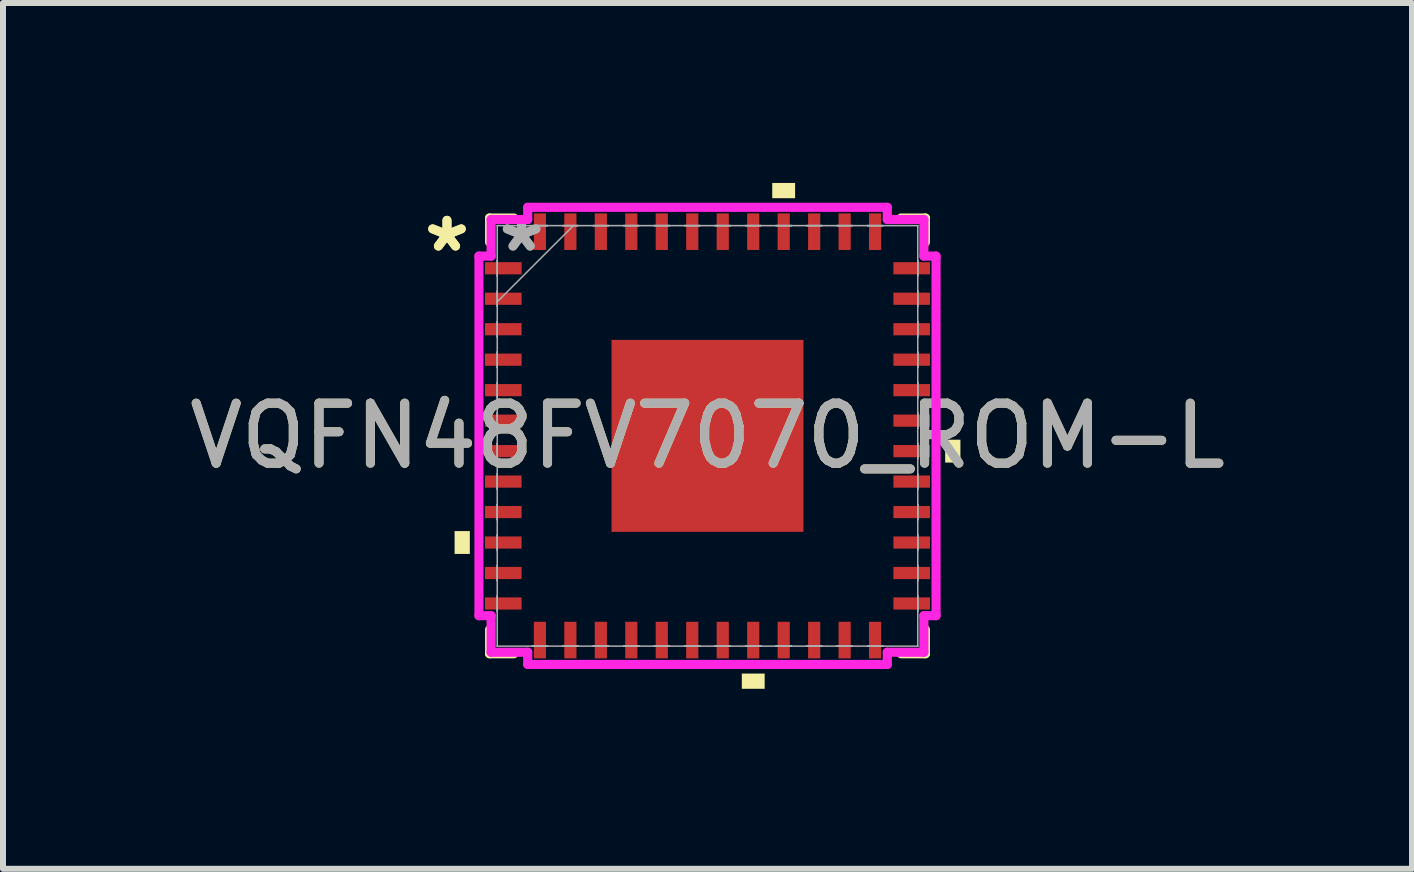
<source format=kicad_pcb>
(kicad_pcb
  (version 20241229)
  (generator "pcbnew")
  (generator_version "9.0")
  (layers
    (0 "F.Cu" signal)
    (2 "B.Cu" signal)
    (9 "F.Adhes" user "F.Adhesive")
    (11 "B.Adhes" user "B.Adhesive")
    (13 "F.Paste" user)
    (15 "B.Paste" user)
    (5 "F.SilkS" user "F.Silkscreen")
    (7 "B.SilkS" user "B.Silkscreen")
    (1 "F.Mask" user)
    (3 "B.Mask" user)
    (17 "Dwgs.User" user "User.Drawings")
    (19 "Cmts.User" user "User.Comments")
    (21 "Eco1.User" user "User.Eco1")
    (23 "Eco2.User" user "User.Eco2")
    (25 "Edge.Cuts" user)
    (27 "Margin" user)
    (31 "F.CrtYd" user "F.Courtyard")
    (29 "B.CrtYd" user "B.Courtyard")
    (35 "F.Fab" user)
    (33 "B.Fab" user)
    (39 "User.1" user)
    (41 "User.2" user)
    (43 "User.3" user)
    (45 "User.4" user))
  (footprint "VQFN48FV7070_ROM-L"
    (layer "F.Cu")
    (at 8.744 4.216)
    (property "Reference" "VQFN48FV7070_ROM-L" (at 0 0 0) (unlocked yes) (layer "F.SilkS") (effects (font (size 1 1) (thickness 0.15))))
    (attr smd)
    (fp_line (start -3.632 -3.632) (end -3.632 -3.228) (stroke (width 0.152) (type solid)) (layer "F.SilkS"))
    (fp_line (start -3.632 3.228) (end -3.632 3.632) (stroke (width 0.152) (type solid)) (layer "F.SilkS"))
    (fp_line (start -3.632 3.632) (end -3.228 3.632) (stroke (width 0.152) (type solid)) (layer "F.SilkS"))
    (fp_line (start -3.228 -3.632) (end -3.632 -3.632) (stroke (width 0.152) (type solid)) (layer "F.SilkS"))
    (fp_line (start 3.228 3.632) (end 3.632 3.632) (stroke (width 0.152) (type solid)) (layer "F.SilkS"))
    (fp_line (start 3.632 -3.632) (end 3.228 -3.632) (stroke (width 0.152) (type solid)) (layer "F.SilkS"))
    (fp_line (start 3.632 -3.228) (end 3.632 -3.632) (stroke (width 0.152) (type solid)) (layer "F.SilkS"))
    (fp_line (start 3.632 3.632) (end 3.632 3.228) (stroke (width 0.152) (type solid)) (layer "F.SilkS"))
    (fp_poly (pts (xy -4.216 1.587) (xy -4.216 1.968) (xy -3.962 1.968) (xy -3.962 1.587)) (stroke (width 0) (type solid)) (fill yes) (layer "F.SilkS"))
    (fp_poly (pts (xy 0.572 3.962) (xy 0.572 4.216) (xy 0.953 4.216) (xy 0.953 3.962)) (stroke (width 0) (type solid)) (fill yes) (layer "F.SilkS"))
    (fp_poly (pts (xy 1.079 -3.962) (xy 1.079 -4.216) (xy 1.46 -4.216) (xy 1.46 -3.962)) (stroke (width 0) (type solid)) (fill yes) (layer "F.SilkS"))
    (fp_poly (pts (xy 4.216 0.064) (xy 4.216 0.445) (xy 3.962 0.445) (xy 3.962 0.064)) (stroke (width 0) (type solid)) (fill yes) (layer "F.SilkS"))
    (fp_poly (pts (xy -1.5 -1.5) (xy -1.5 -0.1) (xy -0.1 -0.1) (xy -0.1 -1.5)) (stroke (width 0) (type solid)) (fill yes) (layer "F.Paste"))
    (fp_poly (pts (xy -1.5 0.1) (xy -1.5 1.5) (xy -0.1 1.5) (xy -0.1 0.1)) (stroke (width 0) (type solid)) (fill yes) (layer "F.Paste"))
    (fp_poly (pts (xy 0.1 -1.5) (xy 0.1 -0.1) (xy 1.5 -0.1) (xy 1.5 -1.5)) (stroke (width 0) (type solid)) (fill yes) (layer "F.Paste"))
    (fp_poly (pts (xy 0.1 0.1) (xy 0.1 1.5) (xy 1.5 1.5) (xy 1.5 0.1)) (stroke (width 0) (type solid)) (fill yes) (layer "F.Paste"))
    (fp_line (start -3.81 -2.997) (end -3.607 -2.997) (stroke (width 0.152) (type solid)) (layer "F.CrtYd"))
    (fp_line (start -3.81 2.997) (end -3.81 -2.997) (stroke (width 0.152) (type solid)) (layer "F.CrtYd"))
    (fp_line (start -3.607 -3.607) (end -2.997 -3.607) (stroke (width 0.152) (type solid)) (layer "F.CrtYd"))
    (fp_line (start -3.607 -2.997) (end -3.607 -3.607) (stroke (width 0.152) (type solid)) (layer "F.CrtYd"))
    (fp_line (start -3.607 2.997) (end -3.81 2.997) (stroke (width 0.152) (type solid)) (layer "F.CrtYd"))
    (fp_line (start -3.607 3.607) (end -3.607 2.997) (stroke (width 0.152) (type solid)) (layer "F.CrtYd"))
    (fp_line (start -2.997 -3.81) (end 2.997 -3.81) (stroke (width 0.152) (type solid)) (layer "F.CrtYd"))
    (fp_line (start -2.997 -3.607) (end -2.997 -3.81) (stroke (width 0.152) (type solid)) (layer "F.CrtYd"))
    (fp_line (start -2.997 3.607) (end -3.607 3.607) (stroke (width 0.152) (type solid)) (layer "F.CrtYd"))
    (fp_line (start -2.997 3.81) (end -2.997 3.607) (stroke (width 0.152) (type solid)) (layer "F.CrtYd"))
    (fp_line (start 2.997 -3.81) (end 2.997 -3.607) (stroke (width 0.152) (type solid)) (layer "F.CrtYd"))
    (fp_line (start 2.997 -3.607) (end 3.607 -3.607) (stroke (width 0.152) (type solid)) (layer "F.CrtYd"))
    (fp_line (start 2.997 3.607) (end 2.997 3.81) (stroke (width 0.152) (type solid)) (layer "F.CrtYd"))
    (fp_line (start 2.997 3.81) (end -2.997 3.81) (stroke (width 0.152) (type solid)) (layer "F.CrtYd"))
    (fp_line (start 3.607 -3.607) (end 3.607 -2.997) (stroke (width 0.152) (type solid)) (layer "F.CrtYd"))
    (fp_line (start 3.607 -2.997) (end 3.81 -2.997) (stroke (width 0.152) (type solid)) (layer "F.CrtYd"))
    (fp_line (start 3.607 2.997) (end 3.607 3.607) (stroke (width 0.152) (type solid)) (layer "F.CrtYd"))
    (fp_line (start 3.607 3.607) (end 2.997 3.607) (stroke (width 0.152) (type solid)) (layer "F.CrtYd"))
    (fp_line (start 3.81 -2.997) (end 3.81 2.997) (stroke (width 0.152) (type solid)) (layer "F.CrtYd"))
    (fp_line (start 3.81 2.997) (end 3.607 2.997) (stroke (width 0.152) (type solid)) (layer "F.CrtYd"))
    (fp_line (start -3.505 -3.505) (end -3.505 -3.505) (stroke (width 0.025) (type solid)) (layer "F.Fab"))
    (fp_line (start -3.505 -3.505) (end -3.505 3.505) (stroke (width 0.025) (type solid)) (layer "F.Fab"))
    (fp_line (start -3.505 -2.921) (end -3.505 -2.921) (stroke (width 0.025) (type solid)) (layer "F.Fab"))
    (fp_line (start -3.505 -2.921) (end -3.505 -2.667) (stroke (width 0.025) (type solid)) (layer "F.Fab"))
    (fp_line (start -3.505 -2.667) (end -3.505 -2.921) (stroke (width 0.025) (type solid)) (layer "F.Fab"))
    (fp_line (start -3.505 -2.667) (end -3.505 -2.667) (stroke (width 0.025) (type solid)) (layer "F.Fab"))
    (fp_line (start -3.505 -2.413) (end -3.505 -2.413) (stroke (width 0.025) (type solid)) (layer "F.Fab"))
    (fp_line (start -3.505 -2.413) (end -3.505 -2.159) (stroke (width 0.025) (type solid)) (layer "F.Fab"))
    (fp_line (start -3.505 -2.235) (end -2.235 -3.505) (stroke (width 0.025) (type solid)) (layer "F.Fab"))
    (fp_line (start -3.505 -2.159) (end -3.505 -2.413) (stroke (width 0.025) (type solid)) (layer "F.Fab"))
    (fp_line (start -3.505 -2.159) (end -3.505 -2.159) (stroke (width 0.025) (type solid)) (layer "F.Fab"))
    (fp_line (start -3.505 -1.905) (end -3.505 -1.905) (stroke (width 0.025) (type solid)) (layer "F.Fab"))
    (fp_line (start -3.505 -1.905) (end -3.505 -1.651) (stroke (width 0.025) (type solid)) (layer "F.Fab"))
    (fp_line (start -3.505 -1.651) (end -3.505 -1.905) (stroke (width 0.025) (type solid)) (layer "F.Fab"))
    (fp_line (start -3.505 -1.651) (end -3.505 -1.651) (stroke (width 0.025) (type solid)) (layer "F.Fab"))
    (fp_line (start -3.505 -1.397) (end -3.505 -1.397) (stroke (width 0.025) (type solid)) (layer "F.Fab"))
    (fp_line (start -3.505 -1.397) (end -3.505 -1.143) (stroke (width 0.025) (type solid)) (layer "F.Fab"))
    (fp_line (start -3.505 -1.143) (end -3.505 -1.397) (stroke (width 0.025) (type solid)) (layer "F.Fab"))
    (fp_line (start -3.505 -1.143) (end -3.505 -1.143) (stroke (width 0.025) (type solid)) (layer "F.Fab"))
    (fp_line (start -3.505 -0.889) (end -3.505 -0.889) (stroke (width 0.025) (type solid)) (layer "F.Fab"))
    (fp_line (start -3.505 -0.889) (end -3.505 -0.635) (stroke (width 0.025) (type solid)) (layer "F.Fab"))
    (fp_line (start -3.505 -0.635) (end -3.505 -0.889) (stroke (width 0.025) (type solid)) (layer "F.Fab"))
    (fp_line (start -3.505 -0.635) (end -3.505 -0.635) (stroke (width 0.025) (type solid)) (layer "F.Fab"))
    (fp_line (start -3.505 -0.381) (end -3.505 -0.381) (stroke (width 0.025) (type solid)) (layer "F.Fab"))
    (fp_line (start -3.505 -0.381) (end -3.505 -0.127) (stroke (width 0.025) (type solid)) (layer "F.Fab"))
    (fp_line (start -3.505 -0.127) (end -3.505 -0.381) (stroke (width 0.025) (type solid)) (layer "F.Fab"))
    (fp_line (start -3.505 -0.127) (end -3.505 -0.127) (stroke (width 0.025) (type solid)) (layer "F.Fab"))
    (fp_line (start -3.505 0.127) (end -3.505 0.127) (stroke (width 0.025) (type solid)) (layer "F.Fab"))
    (fp_line (start -3.505 0.127) (end -3.505 0.381) (stroke (width 0.025) (type solid)) (layer "F.Fab"))
    (fp_line (start -3.505 0.381) (end -3.505 0.127) (stroke (width 0.025) (type solid)) (layer "F.Fab"))
    (fp_line (start -3.505 0.381) (end -3.505 0.381) (stroke (width 0.025) (type solid)) (layer "F.Fab"))
    (fp_line (start -3.505 0.635) (end -3.505 0.635) (stroke (width 0.025) (type solid)) (layer "F.Fab"))
    (fp_line (start -3.505 0.635) (end -3.505 0.889) (stroke (width 0.025) (type solid)) (layer "F.Fab"))
    (fp_line (start -3.505 0.889) (end -3.505 0.635) (stroke (width 0.025) (type solid)) (layer "F.Fab"))
    (fp_line (start -3.505 0.889) (end -3.505 0.889) (stroke (width 0.025) (type solid)) (layer "F.Fab"))
    (fp_line (start -3.505 1.143) (end -3.505 1.143) (stroke (width 0.025) (type solid)) (layer "F.Fab"))
    (fp_line (start -3.505 1.143) (end -3.505 1.397) (stroke (width 0.025) (type solid)) (layer "F.Fab"))
    (fp_line (start -3.505 1.397) (end -3.505 1.143) (stroke (width 0.025) (type solid)) (layer "F.Fab"))
    (fp_line (start -3.505 1.397) (end -3.505 1.397) (stroke (width 0.025) (type solid)) (layer "F.Fab"))
    (fp_line (start -3.505 1.651) (end -3.505 1.651) (stroke (width 0.025) (type solid)) (layer "F.Fab"))
    (fp_line (start -3.505 1.651) (end -3.505 1.905) (stroke (width 0.025) (type solid)) (layer "F.Fab"))
    (fp_line (start -3.505 1.905) (end -3.505 1.651) (stroke (width 0.025) (type solid)) (layer "F.Fab"))
    (fp_line (start -3.505 1.905) (end -3.505 1.905) (stroke (width 0.025) (type solid)) (layer "F.Fab"))
    (fp_line (start -3.505 2.159) (end -3.505 2.159) (stroke (width 0.025) (type solid)) (layer "F.Fab"))
    (fp_line (start -3.505 2.159) (end -3.505 2.413) (stroke (width 0.025) (type solid)) (layer "F.Fab"))
    (fp_line (start -3.505 2.413) (end -3.505 2.159) (stroke (width 0.025) (type solid)) (layer "F.Fab"))
    (fp_line (start -3.505 2.413) (end -3.505 2.413) (stroke (width 0.025) (type solid)) (layer "F.Fab"))
    (fp_line (start -3.505 2.667) (end -3.505 2.667) (stroke (width 0.025) (type solid)) (layer "F.Fab"))
    (fp_line (start -3.505 2.667) (end -3.505 2.921) (stroke (width 0.025) (type solid)) (layer "F.Fab"))
    (fp_line (start -3.505 2.921) (end -3.505 2.667) (stroke (width 0.025) (type solid)) (layer "F.Fab"))
    (fp_line (start -3.505 2.921) (end -3.505 2.921) (stroke (width 0.025) (type solid)) (layer "F.Fab"))
    (fp_line (start -3.505 3.505) (end -3.505 3.505) (stroke (width 0.025) (type solid)) (layer "F.Fab"))
    (fp_line (start -3.505 3.505) (end 3.505 3.505) (stroke (width 0.025) (type solid)) (layer "F.Fab"))
    (fp_line (start -2.921 -3.505) (end -2.921 -3.505) (stroke (width 0.025) (type solid)) (layer "F.Fab"))
    (fp_line (start -2.921 -3.505) (end -2.667 -3.505) (stroke (width 0.025) (type solid)) (layer "F.Fab"))
    (fp_line (start -2.921 3.505) (end -2.921 3.505) (stroke (width 0.025) (type solid)) (layer "F.Fab"))
    (fp_line (start -2.921 3.505) (end -2.667 3.505) (stroke (width 0.025) (type solid)) (layer "F.Fab"))
    (fp_line (start -2.667 -3.505) (end -2.921 -3.505) (stroke (width 0.025) (type solid)) (layer "F.Fab"))
    (fp_line (start -2.667 -3.505) (end -2.667 -3.505) (stroke (width 0.025) (type solid)) (layer "F.Fab"))
    (fp_line (start -2.667 3.505) (end -2.921 3.505) (stroke (width 0.025) (type solid)) (layer "F.Fab"))
    (fp_line (start -2.667 3.505) (end -2.667 3.505) (stroke (width 0.025) (type solid)) (layer "F.Fab"))
    (fp_line (start -2.413 -3.505) (end -2.413 -3.505) (stroke (width 0.025) (type solid)) (layer "F.Fab"))
    (fp_line (start -2.413 -3.505) (end -2.159 -3.505) (stroke (width 0.025) (type solid)) (layer "F.Fab"))
    (fp_line (start -2.413 3.505) (end -2.413 3.505) (stroke (width 0.025) (type solid)) (layer "F.Fab"))
    (fp_line (start -2.413 3.505) (end -2.159 3.505) (stroke (width 0.025) (type solid)) (layer "F.Fab"))
    (fp_line (start -2.159 -3.505) (end -2.413 -3.505) (stroke (width 0.025) (type solid)) (layer "F.Fab"))
    (fp_line (start -2.159 -3.505) (end -2.159 -3.505) (stroke (width 0.025) (type solid)) (layer "F.Fab"))
    (fp_line (start -2.159 3.505) (end -2.413 3.505) (stroke (width 0.025) (type solid)) (layer "F.Fab"))
    (fp_line (start -2.159 3.505) (end -2.159 3.505) (stroke (width 0.025) (type solid)) (layer "F.Fab"))
    (fp_line (start -1.905 -3.505) (end -1.905 -3.505) (stroke (width 0.025) (type solid)) (layer "F.Fab"))
    (fp_line (start -1.905 -3.505) (end -1.651 -3.505) (stroke (width 0.025) (type solid)) (layer "F.Fab"))
    (fp_line (start -1.905 3.505) (end -1.905 3.505) (stroke (width 0.025) (type solid)) (layer "F.Fab"))
    (fp_line (start -1.905 3.505) (end -1.651 3.505) (stroke (width 0.025) (type solid)) (layer "F.Fab"))
    (fp_line (start -1.651 -3.505) (end -1.905 -3.505) (stroke (width 0.025) (type solid)) (layer "F.Fab"))
    (fp_line (start -1.651 -3.505) (end -1.651 -3.505) (stroke (width 0.025) (type solid)) (layer "F.Fab"))
    (fp_line (start -1.651 3.505) (end -1.905 3.505) (stroke (width 0.025) (type solid)) (layer "F.Fab"))
    (fp_line (start -1.651 3.505) (end -1.651 3.505) (stroke (width 0.025) (type solid)) (layer "F.Fab"))
    (fp_line (start -1.397 -3.505) (end -1.397 -3.505) (stroke (width 0.025) (type solid)) (layer "F.Fab"))
    (fp_line (start -1.397 -3.505) (end -1.143 -3.505) (stroke (width 0.025) (type solid)) (layer "F.Fab"))
    (fp_line (start -1.397 3.505) (end -1.397 3.505) (stroke (width 0.025) (type solid)) (layer "F.Fab"))
    (fp_line (start -1.397 3.505) (end -1.143 3.505) (stroke (width 0.025) (type solid)) (layer "F.Fab"))
    (fp_line (start -1.143 -3.505) (end -1.397 -3.505) (stroke (width 0.025) (type solid)) (layer "F.Fab"))
    (fp_line (start -1.143 -3.505) (end -1.143 -3.505) (stroke (width 0.025) (type solid)) (layer "F.Fab"))
    (fp_line (start -1.143 3.505) (end -1.397 3.505) (stroke (width 0.025) (type solid)) (layer "F.Fab"))
    (fp_line (start -1.143 3.505) (end -1.143 3.505) (stroke (width 0.025) (type solid)) (layer "F.Fab"))
    (fp_line (start -0.889 -3.505) (end -0.889 -3.505) (stroke (width 0.025) (type solid)) (layer "F.Fab"))
    (fp_line (start -0.889 -3.505) (end -0.635 -3.505) (stroke (width 0.025) (type solid)) (layer "F.Fab"))
    (fp_line (start -0.889 3.505) (end -0.889 3.505) (stroke (width 0.025) (type solid)) (layer "F.Fab"))
    (fp_line (start -0.889 3.505) (end -0.635 3.505) (stroke (width 0.025) (type solid)) (layer "F.Fab"))
    (fp_line (start -0.635 -3.505) (end -0.889 -3.505) (stroke (width 0.025) (type solid)) (layer "F.Fab"))
    (fp_line (start -0.635 -3.505) (end -0.635 -3.505) (stroke (width 0.025) (type solid)) (layer "F.Fab"))
    (fp_line (start -0.635 3.505) (end -0.889 3.505) (stroke (width 0.025) (type solid)) (layer "F.Fab"))
    (fp_line (start -0.635 3.505) (end -0.635 3.505) (stroke (width 0.025) (type solid)) (layer "F.Fab"))
    (fp_line (start -0.381 -3.505) (end -0.381 -3.505) (stroke (width 0.025) (type solid)) (layer "F.Fab"))
    (fp_line (start -0.381 -3.505) (end -0.127 -3.505) (stroke (width 0.025) (type solid)) (layer "F.Fab"))
    (fp_line (start -0.381 3.505) (end -0.381 3.505) (stroke (width 0.025) (type solid)) (layer "F.Fab"))
    (fp_line (start -0.381 3.505) (end -0.127 3.505) (stroke (width 0.025) (type solid)) (layer "F.Fab"))
    (fp_line (start -0.127 -3.505) (end -0.381 -3.505) (stroke (width 0.025) (type solid)) (layer "F.Fab"))
    (fp_line (start -0.127 -3.505) (end -0.127 -3.505) (stroke (width 0.025) (type solid)) (layer "F.Fab"))
    (fp_line (start -0.127 3.505) (end -0.381 3.505) (stroke (width 0.025) (type solid)) (layer "F.Fab"))
    (fp_line (start -0.127 3.505) (end -0.127 3.505) (stroke (width 0.025) (type solid)) (layer "F.Fab"))
    (fp_line (start 0.127 -3.505) (end 0.127 -3.505) (stroke (width 0.025) (type solid)) (layer "F.Fab"))
    (fp_line (start 0.127 -3.505) (end 0.381 -3.505) (stroke (width 0.025) (type solid)) (layer "F.Fab"))
    (fp_line (start 0.127 3.505) (end 0.127 3.505) (stroke (width 0.025) (type solid)) (layer "F.Fab"))
    (fp_line (start 0.127 3.505) (end 0.381 3.505) (stroke (width 0.025) (type solid)) (layer "F.Fab"))
    (fp_line (start 0.381 -3.505) (end 0.127 -3.505) (stroke (width 0.025) (type solid)) (layer "F.Fab"))
    (fp_line (start 0.381 -3.505) (end 0.381 -3.505) (stroke (width 0.025) (type solid)) (layer "F.Fab"))
    (fp_line (start 0.381 3.505) (end 0.127 3.505) (stroke (width 0.025) (type solid)) (layer "F.Fab"))
    (fp_line (start 0.381 3.505) (end 0.381 3.505) (stroke (width 0.025) (type solid)) (layer "F.Fab"))
    (fp_line (start 0.635 -3.505) (end 0.635 -3.505) (stroke (width 0.025) (type solid)) (layer "F.Fab"))
    (fp_line (start 0.635 -3.505) (end 0.889 -3.505) (stroke (width 0.025) (type solid)) (layer "F.Fab"))
    (fp_line (start 0.635 3.505) (end 0.635 3.505) (stroke (width 0.025) (type solid)) (layer "F.Fab"))
    (fp_line (start 0.635 3.505) (end 0.889 3.505) (stroke (width 0.025) (type solid)) (layer "F.Fab"))
    (fp_line (start 0.889 -3.505) (end 0.635 -3.505) (stroke (width 0.025) (type solid)) (layer "F.Fab"))
    (fp_line (start 0.889 -3.505) (end 0.889 -3.505) (stroke (width 0.025) (type solid)) (layer "F.Fab"))
    (fp_line (start 0.889 3.505) (end 0.635 3.505) (stroke (width 0.025) (type solid)) (layer "F.Fab"))
    (fp_line (start 0.889 3.505) (end 0.889 3.505) (stroke (width 0.025) (type solid)) (layer "F.Fab"))
    (fp_line (start 1.143 -3.505) (end 1.143 -3.505) (stroke (width 0.025) (type solid)) (layer "F.Fab"))
    (fp_line (start 1.143 -3.505) (end 1.397 -3.505) (stroke (width 0.025) (type solid)) (layer "F.Fab"))
    (fp_line (start 1.143 3.505) (end 1.143 3.505) (stroke (width 0.025) (type solid)) (layer "F.Fab"))
    (fp_line (start 1.143 3.505) (end 1.397 3.505) (stroke (width 0.025) (type solid)) (layer "F.Fab"))
    (fp_line (start 1.397 -3.505) (end 1.143 -3.505) (stroke (width 0.025) (type solid)) (layer "F.Fab"))
    (fp_line (start 1.397 -3.505) (end 1.397 -3.505) (stroke (width 0.025) (type solid)) (layer "F.Fab"))
    (fp_line (start 1.397 3.505) (end 1.143 3.505) (stroke (width 0.025) (type solid)) (layer "F.Fab"))
    (fp_line (start 1.397 3.505) (end 1.397 3.505) (stroke (width 0.025) (type solid)) (layer "F.Fab"))
    (fp_line (start 1.651 -3.505) (end 1.651 -3.505) (stroke (width 0.025) (type solid)) (layer "F.Fab"))
    (fp_line (start 1.651 -3.505) (end 1.905 -3.505) (stroke (width 0.025) (type solid)) (layer "F.Fab"))
    (fp_line (start 1.651 3.505) (end 1.651 3.505) (stroke (width 0.025) (type solid)) (layer "F.Fab"))
    (fp_line (start 1.651 3.505) (end 1.905 3.505) (stroke (width 0.025) (type solid)) (layer "F.Fab"))
    (fp_line (start 1.905 -3.505) (end 1.651 -3.505) (stroke (width 0.025) (type solid)) (layer "F.Fab"))
    (fp_line (start 1.905 -3.505) (end 1.905 -3.505) (stroke (width 0.025) (type solid)) (layer "F.Fab"))
    (fp_line (start 1.905 3.505) (end 1.651 3.505) (stroke (width 0.025) (type solid)) (layer "F.Fab"))
    (fp_line (start 1.905 3.505) (end 1.905 3.505) (stroke (width 0.025) (type solid)) (layer "F.Fab"))
    (fp_line (start 2.159 -3.505) (end 2.159 -3.505) (stroke (width 0.025) (type solid)) (layer "F.Fab"))
    (fp_line (start 2.159 -3.505) (end 2.413 -3.505) (stroke (width 0.025) (type solid)) (layer "F.Fab"))
    (fp_line (start 2.159 3.505) (end 2.159 3.505) (stroke (width 0.025) (type solid)) (layer "F.Fab"))
    (fp_line (start 2.159 3.505) (end 2.413 3.505) (stroke (width 0.025) (type solid)) (layer "F.Fab"))
    (fp_line (start 2.413 -3.505) (end 2.159 -3.505) (stroke (width 0.025) (type solid)) (layer "F.Fab"))
    (fp_line (start 2.413 -3.505) (end 2.413 -3.505) (stroke (width 0.025) (type solid)) (layer "F.Fab"))
    (fp_line (start 2.413 3.505) (end 2.159 3.505) (stroke (width 0.025) (type solid)) (layer "F.Fab"))
    (fp_line (start 2.413 3.505) (end 2.413 3.505) (stroke (width 0.025) (type solid)) (layer "F.Fab"))
    (fp_line (start 2.667 -3.505) (end 2.667 -3.505) (stroke (width 0.025) (type solid)) (layer "F.Fab"))
    (fp_line (start 2.667 -3.505) (end 2.921 -3.505) (stroke (width 0.025) (type solid)) (layer "F.Fab"))
    (fp_line (start 2.667 3.505) (end 2.667 3.505) (stroke (width 0.025) (type solid)) (layer "F.Fab"))
    (fp_line (start 2.667 3.505) (end 2.921 3.505) (stroke (width 0.025) (type solid)) (layer "F.Fab"))
    (fp_line (start 2.921 -3.505) (end 2.667 -3.505) (stroke (width 0.025) (type solid)) (layer "F.Fab"))
    (fp_line (start 2.921 -3.505) (end 2.921 -3.505) (stroke (width 0.025) (type solid)) (layer "F.Fab"))
    (fp_line (start 2.921 3.505) (end 2.667 3.505) (stroke (width 0.025) (type solid)) (layer "F.Fab"))
    (fp_line (start 2.921 3.505) (end 2.921 3.505) (stroke (width 0.025) (type solid)) (layer "F.Fab"))
    (fp_line (start 3.505 -3.505) (end -3.505 -3.505) (stroke (width 0.025) (type solid)) (layer "F.Fab"))
    (fp_line (start 3.505 -3.505) (end 3.505 -3.505) (stroke (width 0.025) (type solid)) (layer "F.Fab"))
    (fp_line (start 3.505 -2.921) (end 3.505 -2.921) (stroke (width 0.025) (type solid)) (layer "F.Fab"))
    (fp_line (start 3.505 -2.921) (end 3.505 -2.667) (stroke (width 0.025) (type solid)) (layer "F.Fab"))
    (fp_line (start 3.505 -2.667) (end 3.505 -2.921) (stroke (width 0.025) (type solid)) (layer "F.Fab"))
    (fp_line (start 3.505 -2.667) (end 3.505 -2.667) (stroke (width 0.025) (type solid)) (layer "F.Fab"))
    (fp_line (start 3.505 -2.413) (end 3.505 -2.413) (stroke (width 0.025) (type solid)) (layer "F.Fab"))
    (fp_line (start 3.505 -2.413) (end 3.505 -2.159) (stroke (width 0.025) (type solid)) (layer "F.Fab"))
    (fp_line (start 3.505 -2.159) (end 3.505 -2.413) (stroke (width 0.025) (type solid)) (layer "F.Fab"))
    (fp_line (start 3.505 -2.159) (end 3.505 -2.159) (stroke (width 0.025) (type solid)) (layer "F.Fab"))
    (fp_line (start 3.505 -1.905) (end 3.505 -1.905) (stroke (width 0.025) (type solid)) (layer "F.Fab"))
    (fp_line (start 3.505 -1.905) (end 3.505 -1.651) (stroke (width 0.025) (type solid)) (layer "F.Fab"))
    (fp_line (start 3.505 -1.651) (end 3.505 -1.905) (stroke (width 0.025) (type solid)) (layer "F.Fab"))
    (fp_line (start 3.505 -1.651) (end 3.505 -1.651) (stroke (width 0.025) (type solid)) (layer "F.Fab"))
    (fp_line (start 3.505 -1.397) (end 3.505 -1.397) (stroke (width 0.025) (type solid)) (layer "F.Fab"))
    (fp_line (start 3.505 -1.397) (end 3.505 -1.143) (stroke (width 0.025) (type solid)) (layer "F.Fab"))
    (fp_line (start 3.505 -1.143) (end 3.505 -1.397) (stroke (width 0.025) (type solid)) (layer "F.Fab"))
    (fp_line (start 3.505 -1.143) (end 3.505 -1.143) (stroke (width 0.025) (type solid)) (layer "F.Fab"))
    (fp_line (start 3.505 -0.889) (end 3.505 -0.889) (stroke (width 0.025) (type solid)) (layer "F.Fab"))
    (fp_line (start 3.505 -0.889) (end 3.505 -0.635) (stroke (width 0.025) (type solid)) (layer "F.Fab"))
    (fp_line (start 3.505 -0.635) (end 3.505 -0.889) (stroke (width 0.025) (type solid)) (layer "F.Fab"))
    (fp_line (start 3.505 -0.635) (end 3.505 -0.635) (stroke (width 0.025) (type solid)) (layer "F.Fab"))
    (fp_line (start 3.505 -0.381) (end 3.505 -0.381) (stroke (width 0.025) (type solid)) (layer "F.Fab"))
    (fp_line (start 3.505 -0.381) (end 3.505 -0.127) (stroke (width 0.025) (type solid)) (layer "F.Fab"))
    (fp_line (start 3.505 -0.127) (end 3.505 -0.381) (stroke (width 0.025) (type solid)) (layer "F.Fab"))
    (fp_line (start 3.505 -0.127) (end 3.505 -0.127) (stroke (width 0.025) (type solid)) (layer "F.Fab"))
    (fp_line (start 3.505 0.127) (end 3.505 0.127) (stroke (width 0.025) (type solid)) (layer "F.Fab"))
    (fp_line (start 3.505 0.127) (end 3.505 0.381) (stroke (width 0.025) (type solid)) (layer "F.Fab"))
    (fp_line (start 3.505 0.381) (end 3.505 0.127) (stroke (width 0.025) (type solid)) (layer "F.Fab"))
    (fp_line (start 3.505 0.381) (end 3.505 0.381) (stroke (width 0.025) (type solid)) (layer "F.Fab"))
    (fp_line (start 3.505 0.635) (end 3.505 0.635) (stroke (width 0.025) (type solid)) (layer "F.Fab"))
    (fp_line (start 3.505 0.635) (end 3.505 0.889) (stroke (width 0.025) (type solid)) (layer "F.Fab"))
    (fp_line (start 3.505 0.889) (end 3.505 0.635) (stroke (width 0.025) (type solid)) (layer "F.Fab"))
    (fp_line (start 3.505 0.889) (end 3.505 0.889) (stroke (width 0.025) (type solid)) (layer "F.Fab"))
    (fp_line (start 3.505 1.143) (end 3.505 1.143) (stroke (width 0.025) (type solid)) (layer "F.Fab"))
    (fp_line (start 3.505 1.143) (end 3.505 1.397) (stroke (width 0.025) (type solid)) (layer "F.Fab"))
    (fp_line (start 3.505 1.397) (end 3.505 1.143) (stroke (width 0.025) (type solid)) (layer "F.Fab"))
    (fp_line (start 3.505 1.397) (end 3.505 1.397) (stroke (width 0.025) (type solid)) (layer "F.Fab"))
    (fp_line (start 3.505 1.651) (end 3.505 1.651) (stroke (width 0.025) (type solid)) (layer "F.Fab"))
    (fp_line (start 3.505 1.651) (end 3.505 1.905) (stroke (width 0.025) (type solid)) (layer "F.Fab"))
    (fp_line (start 3.505 1.905) (end 3.505 1.651) (stroke (width 0.025) (type solid)) (layer "F.Fab"))
    (fp_line (start 3.505 1.905) (end 3.505 1.905) (stroke (width 0.025) (type solid)) (layer "F.Fab"))
    (fp_line (start 3.505 2.159) (end 3.505 2.159) (stroke (width 0.025) (type solid)) (layer "F.Fab"))
    (fp_line (start 3.505 2.159) (end 3.505 2.413) (stroke (width 0.025) (type solid)) (layer "F.Fab"))
    (fp_line (start 3.505 2.413) (end 3.505 2.159) (stroke (width 0.025) (type solid)) (layer "F.Fab"))
    (fp_line (start 3.505 2.413) (end 3.505 2.413) (stroke (width 0.025) (type solid)) (layer "F.Fab"))
    (fp_line (start 3.505 2.667) (end 3.505 2.667) (stroke (width 0.025) (type solid)) (layer "F.Fab"))
    (fp_line (start 3.505 2.667) (end 3.505 2.921) (stroke (width 0.025) (type solid)) (layer "F.Fab"))
    (fp_line (start 3.505 2.921) (end 3.505 2.667) (stroke (width 0.025) (type solid)) (layer "F.Fab"))
    (fp_line (start 3.505 2.921) (end 3.505 2.921) (stroke (width 0.025) (type solid)) (layer "F.Fab"))
    (fp_line (start 3.505 3.505) (end 3.505 -3.505) (stroke (width 0.025) (type solid)) (layer "F.Fab"))
    (fp_line (start 3.505 3.505) (end 3.505 3.505) (stroke (width 0.025) (type solid)) (layer "F.Fab"))
    (fp_text user "*" (at -4.343 -3.048 0) (unlocked yes) (layer "F.SilkS") (effects (font (size 1 1) (thickness 0.15))))
    (fp_text user "*" (at -4.343 -3.048 0) (layer "F.SilkS") (effects (font (size 1 1) (thickness 0.15))))
    (fp_text user "*" (at -3.099 -3.048 0) (layer "F.Fab") (effects (font (size 1 1) (thickness 0.15))))
    (fp_text user "${REFERENCE}" (at 0 0 0) (unlocked yes) (layer "F.Fab") (effects (font (size 1 1) (thickness 0.15))))
    (fp_text user "*" (at -3.099 -3.048 0) (unlocked yes) (layer "F.Fab") (effects (font (size 1 1) (thickness 0.15))))
    (pad "1" smd rect (at -3.404 -2.794 90) (size 0.203 0.61) (layers "F.Cu" "F.Mask" "F.Paste"))
    (pad "2" smd rect (at -3.404 -2.286 90) (size 0.203 0.61) (layers "F.Cu" "F.Mask" "F.Paste"))
    (pad "3" smd rect (at -3.404 -1.778 90) (size 0.203 0.61) (layers "F.Cu" "F.Mask" "F.Paste"))
    (pad "4" smd rect (at -3.404 -1.27 90) (size 0.203 0.61) (layers "F.Cu" "F.Mask" "F.Paste"))
    (pad "5" smd rect (at -3.404 -0.762 90) (size 0.203 0.61) (layers "F.Cu" "F.Mask" "F.Paste"))
    (pad "6" smd rect (at -3.404 -0.254 90) (size 0.203 0.61) (layers "F.Cu" "F.Mask" "F.Paste"))
    (pad "7" smd rect (at -3.404 0.254 90) (size 0.203 0.61) (layers "F.Cu" "F.Mask" "F.Paste"))
    (pad "8" smd rect (at -3.404 0.762 90) (size 0.203 0.61) (layers "F.Cu" "F.Mask" "F.Paste"))
    (pad "9" smd rect (at -3.404 1.27 90) (size 0.203 0.61) (layers "F.Cu" "F.Mask" "F.Paste"))
    (pad "10" smd rect (at -3.404 1.778 90) (size 0.203 0.61) (layers "F.Cu" "F.Mask" "F.Paste"))
    (pad "11" smd rect (at -3.404 2.286 90) (size 0.203 0.61) (layers "F.Cu" "F.Mask" "F.Paste"))
    (pad "12" smd rect (at -3.404 2.794 90) (size 0.203 0.61) (layers "F.Cu" "F.Mask" "F.Paste"))
    (pad "13" smd rect (at -2.794 3.404) (size 0.203 0.61) (layers "F.Cu" "F.Mask" "F.Paste"))
    (pad "14" smd rect (at -2.286 3.404) (size 0.203 0.61) (layers "F.Cu" "F.Mask" "F.Paste"))
    (pad "15" smd rect (at -1.778 3.404) (size 0.203 0.61) (layers "F.Cu" "F.Mask" "F.Paste"))
    (pad "16" smd rect (at -1.27 3.404) (size 0.203 0.61) (layers "F.Cu" "F.Mask" "F.Paste"))
    (pad "17" smd rect (at -0.762 3.404) (size 0.203 0.61) (layers "F.Cu" "F.Mask" "F.Paste"))
    (pad "18" smd rect (at -0.254 3.404) (size 0.203 0.61) (layers "F.Cu" "F.Mask" "F.Paste"))
    (pad "19" smd rect (at 0.254 3.404) (size 0.203 0.61) (layers "F.Cu" "F.Mask" "F.Paste"))
    (pad "20" smd rect (at 0.762 3.404) (size 0.203 0.61) (layers "F.Cu" "F.Mask" "F.Paste"))
    (pad "21" smd rect (at 1.27 3.404) (size 0.203 0.61) (layers "F.Cu" "F.Mask" "F.Paste"))
    (pad "22" smd rect (at 1.778 3.404) (size 0.203 0.61) (layers "F.Cu" "F.Mask" "F.Paste"))
    (pad "23" smd rect (at 2.286 3.404) (size 0.203 0.61) (layers "F.Cu" "F.Mask" "F.Paste"))
    (pad "24" smd rect (at 2.794 3.404) (size 0.203 0.61) (layers "F.Cu" "F.Mask" "F.Paste"))
    (pad "25" smd rect (at 3.404 2.794 90) (size 0.203 0.61) (layers "F.Cu" "F.Mask" "F.Paste"))
    (pad "26" smd rect (at 3.404 2.286 90) (size 0.203 0.61) (layers "F.Cu" "F.Mask" "F.Paste"))
    (pad "27" smd rect (at 3.404 1.778 90) (size 0.203 0.61) (layers "F.Cu" "F.Mask" "F.Paste"))
    (pad "28" smd rect (at 3.404 1.27 90) (size 0.203 0.61) (layers "F.Cu" "F.Mask" "F.Paste"))
    (pad "29" smd rect (at 3.404 0.762 90) (size 0.203 0.61) (layers "F.Cu" "F.Mask" "F.Paste"))
    (pad "30" smd rect (at 3.404 0.254 90) (size 0.203 0.61) (layers "F.Cu" "F.Mask" "F.Paste"))
    (pad "31" smd rect (at 3.404 -0.254 90) (size 0.203 0.61) (layers "F.Cu" "F.Mask" "F.Paste"))
    (pad "32" smd rect (at 3.404 -0.762 90) (size 0.203 0.61) (layers "F.Cu" "F.Mask" "F.Paste"))
    (pad "33" smd rect (at 3.404 -1.27 90) (size 0.203 0.61) (layers "F.Cu" "F.Mask" "F.Paste"))
    (pad "34" smd rect (at 3.404 -1.778 90) (size 0.203 0.61) (layers "F.Cu" "F.Mask" "F.Paste"))
    (pad "35" smd rect (at 3.404 -2.286 90) (size 0.203 0.61) (layers "F.Cu" "F.Mask" "F.Paste"))
    (pad "36" smd rect (at 3.404 -2.794 90) (size 0.203 0.61) (layers "F.Cu" "F.Mask" "F.Paste"))
    (pad "37" smd rect (at 2.794 -3.404) (size 0.203 0.61) (layers "F.Cu" "F.Mask" "F.Paste"))
    (pad "38" smd rect (at 2.286 -3.404) (size 0.203 0.61) (layers "F.Cu" "F.Mask" "F.Paste"))
    (pad "39" smd rect (at 1.778 -3.404) (size 0.203 0.61) (layers "F.Cu" "F.Mask" "F.Paste"))
    (pad "40" smd rect (at 1.27 -3.404) (size 0.203 0.61) (layers "F.Cu" "F.Mask" "F.Paste"))
    (pad "41" smd rect (at 0.762 -3.404) (size 0.203 0.61) (layers "F.Cu" "F.Mask" "F.Paste"))
    (pad "42" smd rect (at 0.254 -3.404) (size 0.203 0.61) (layers "F.Cu" "F.Mask" "F.Paste"))
    (pad "43" smd rect (at -0.254 -3.404) (size 0.203 0.61) (layers "F.Cu" "F.Mask" "F.Paste"))
    (pad "44" smd rect (at -0.762 -3.404) (size 0.203 0.61) (layers "F.Cu" "F.Mask" "F.Paste"))
    (pad "45" smd rect (at -1.27 -3.404) (size 0.203 0.61) (layers "F.Cu" "F.Mask" "F.Paste"))
    (pad "46" smd rect (at -1.778 -3.404) (size 0.203 0.61) (layers "F.Cu" "F.Mask" "F.Paste"))
    (pad "47" smd rect (at -2.286 -3.404) (size 0.203 0.61) (layers "F.Cu" "F.Mask" "F.Paste"))
    (pad "48" smd rect (at -2.794 -3.404) (size 0.203 0.61) (layers "F.Cu" "F.Mask" "F.Paste"))
    (pad "49" smd rect (at 0 0) (size 3.2 3.2) (layers "F.Cu" "F.Mask")))
  (gr_rect
    (start -3 -3)
    (end 20.488 11.433)
    (stroke (width 0.1) (type default))
    (fill no)
    (layer "Edge.Cuts")))
</source>
